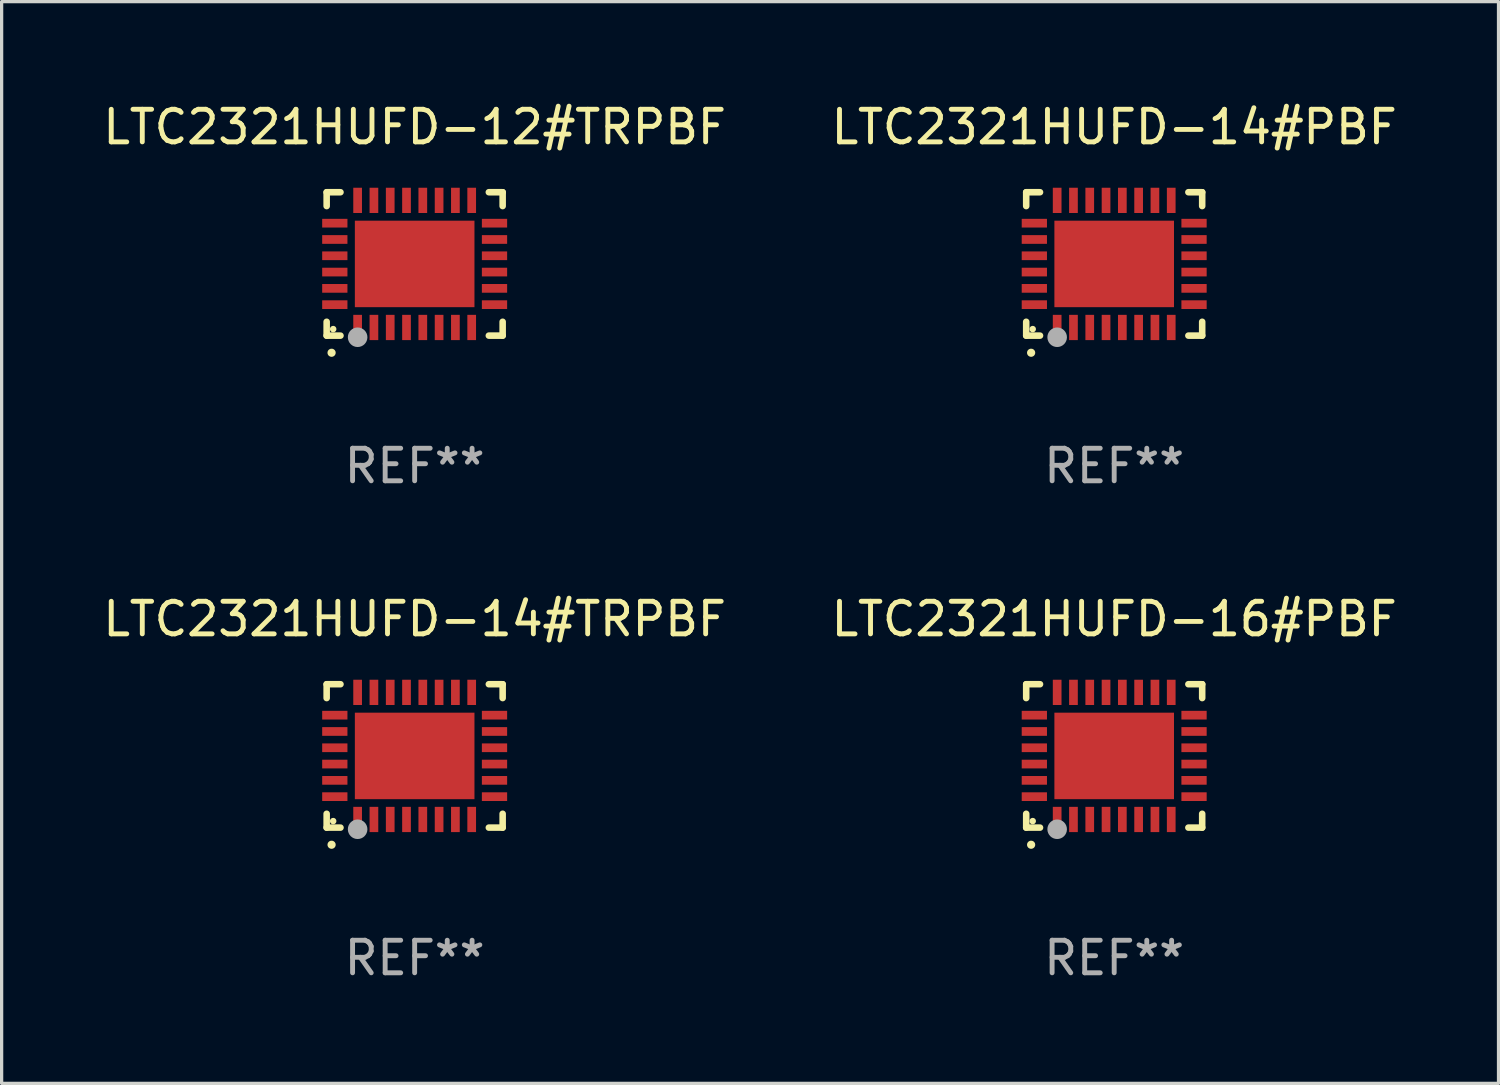
<source format=kicad_pcb>
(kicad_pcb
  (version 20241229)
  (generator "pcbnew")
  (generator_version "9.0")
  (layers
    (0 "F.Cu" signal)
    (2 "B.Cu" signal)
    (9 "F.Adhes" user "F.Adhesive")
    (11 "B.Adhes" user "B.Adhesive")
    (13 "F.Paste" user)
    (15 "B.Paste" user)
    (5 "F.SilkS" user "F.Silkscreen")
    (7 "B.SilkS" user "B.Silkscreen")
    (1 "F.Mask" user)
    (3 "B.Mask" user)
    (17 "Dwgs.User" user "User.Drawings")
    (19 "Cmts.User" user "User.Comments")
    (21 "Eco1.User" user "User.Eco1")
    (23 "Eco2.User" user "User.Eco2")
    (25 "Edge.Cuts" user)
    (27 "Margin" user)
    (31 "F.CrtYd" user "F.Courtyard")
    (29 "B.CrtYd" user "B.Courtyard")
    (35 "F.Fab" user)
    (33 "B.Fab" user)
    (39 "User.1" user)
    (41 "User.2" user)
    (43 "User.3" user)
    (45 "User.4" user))
  (footprint "LTC2321HUFD-14#PBF"
    (layer "F.Cu")
    (at 31.137 5.048)
    (property "Reference" "LTC2321HUFD-14#PBF" (at 0 -4.2 0) (layer "F.SilkS") (effects (font (size 1 1) (thickness 0.15))))
    (attr through_hole)
    (fp_line (start -2.7 -2.2) (end -2.276 -2.2) (stroke (width 0.201) (type solid)) (layer "F.SilkS"))
    (fp_line (start -2.7 -1.775) (end -2.7 -2.2) (stroke (width 0.201) (type solid)) (layer "F.SilkS"))
    (fp_line (start -2.7 2.2) (end -2.7 1.775) (stroke (width 0.201) (type solid)) (layer "F.SilkS"))
    (fp_line (start -2.276 2.2) (end -2.7 2.2) (stroke (width 0.201) (type solid)) (layer "F.SilkS"))
    (fp_line (start 2.276 2.2) (end 2.7 2.2) (stroke (width 0.201) (type solid)) (layer "F.SilkS"))
    (fp_line (start 2.7 -2.2) (end 2.276 -2.2) (stroke (width 0.201) (type solid)) (layer "F.SilkS"))
    (fp_line (start 2.7 -1.775) (end 2.7 -2.2) (stroke (width 0.201) (type solid)) (layer "F.SilkS"))
    (fp_line (start 2.7 2.2) (end 2.7 1.775) (stroke (width 0.201) (type solid)) (layer "F.SilkS"))
    (fp_arc (start -2.550165 2.725425) (mid -2.548895 2.725419) (end -2.547625 2.725425) (stroke (width 0.24892) (type solid)) (layer "F.SilkS"))
    (fp_circle (center -2.5 2) (end -2.45 2) (stroke (width 0.1) (type solid)) (fill no) (layer "F.SilkS"))
    (fp_circle (center -1.75 2.25) (end -1.6 2.25) (stroke (width 0.3) (type solid)) (fill no) (layer "F.Fab"))
    (fp_text user "REF**" (at 0 6.2 0) (layer "F.Fab") (effects (font (size 1 1) (thickness 0.15))))
    (pad "1" smd rect (at -1.75 1.95) (size 0.267 0.775) (layers "F.Cu" "F.Mask" "F.Paste"))
    (pad "2" smd rect (at -1.25 1.95) (size 0.267 0.775) (layers "F.Cu" "F.Mask" "F.Paste"))
    (pad "3" smd rect (at -0.75 1.95) (size 0.267 0.775) (layers "F.Cu" "F.Mask" "F.Paste"))
    (pad "4" smd rect (at -0.25 1.95) (size 0.267 0.775) (layers "F.Cu" "F.Mask" "F.Paste"))
    (pad "5" smd rect (at 0.25 1.95) (size 0.267 0.775) (layers "F.Cu" "F.Mask" "F.Paste"))
    (pad "6" smd rect (at 0.75 1.95) (size 0.267 0.775) (layers "F.Cu" "F.Mask" "F.Paste"))
    (pad "7" smd rect (at 1.25 1.95) (size 0.267 0.775) (layers "F.Cu" "F.Mask" "F.Paste"))
    (pad "8" smd rect (at 1.75 1.95) (size 0.267 0.775) (layers "F.Cu" "F.Mask" "F.Paste"))
    (pad "9" smd rect (at 2.45 1.25) (size 0.775 0.267) (layers "F.Cu" "F.Mask" "F.Paste"))
    (pad "10" smd rect (at 2.45 0.75) (size 0.775 0.267) (layers "F.Cu" "F.Mask" "F.Paste"))
    (pad "11" smd rect (at 2.45 0.25) (size 0.775 0.267) (layers "F.Cu" "F.Mask" "F.Paste"))
    (pad "12" smd rect (at 2.45 -0.25) (size 0.775 0.267) (layers "F.Cu" "F.Mask" "F.Paste"))
    (pad "13" smd rect (at 2.45 -0.75) (size 0.775 0.267) (layers "F.Cu" "F.Mask" "F.Paste"))
    (pad "14" smd rect (at 2.45 -1.25) (size 0.775 0.267) (layers "F.Cu" "F.Mask" "F.Paste"))
    (pad "15" smd rect (at 1.75 -1.95) (size 0.267 0.775) (layers "F.Cu" "F.Mask" "F.Paste"))
    (pad "16" smd rect (at 1.25 -1.95) (size 0.267 0.775) (layers "F.Cu" "F.Mask" "F.Paste"))
    (pad "17" smd rect (at 0.75 -1.95) (size 0.267 0.775) (layers "F.Cu" "F.Mask" "F.Paste"))
    (pad "18" smd rect (at 0.25 -1.95) (size 0.267 0.775) (layers "F.Cu" "F.Mask" "F.Paste"))
    (pad "19" smd rect (at -0.25 -1.95) (size 0.267 0.775) (layers "F.Cu" "F.Mask" "F.Paste"))
    (pad "20" smd rect (at -0.75 -1.95) (size 0.267 0.775) (layers "F.Cu" "F.Mask" "F.Paste"))
    (pad "21" smd rect (at -1.25 -1.95) (size 0.267 0.775) (layers "F.Cu" "F.Mask" "F.Paste"))
    (pad "22" smd rect (at -1.75 -1.95) (size 0.267 0.775) (layers "F.Cu" "F.Mask" "F.Paste"))
    (pad "23" smd rect (at -2.45 -1.25) (size 0.775 0.267) (layers "F.Cu" "F.Mask" "F.Paste"))
    (pad "24" smd rect (at -2.45 -0.75) (size 0.775 0.267) (layers "F.Cu" "F.Mask" "F.Paste"))
    (pad "25" smd rect (at -2.45 -0.25) (size 0.775 0.267) (layers "F.Cu" "F.Mask" "F.Paste"))
    (pad "26" smd rect (at -2.45 0.25) (size 0.775 0.267) (layers "F.Cu" "F.Mask" "F.Paste"))
    (pad "27" smd rect (at -2.45 0.75) (size 0.775 0.267) (layers "F.Cu" "F.Mask" "F.Paste"))
    (pad "28" smd rect (at -2.45 1.25) (size 0.775 0.267) (layers "F.Cu" "F.Mask" "F.Paste"))
    (pad "29" smd rect (at 0.000127 0.000127) (size 3.67 2.654) (layers "F.Cu" "F.Mask" "F.Paste")))
  (footprint "LTC2321HUFD-14#TRPBF"
    (layer "F.Cu")
    (at 9.673 20.144)
    (property "Reference" "LTC2321HUFD-14#TRPBF" (at 0 -4.2 0) (layer "F.SilkS") (effects (font (size 1 1) (thickness 0.15))))
    (attr through_hole)
    (fp_line (start -2.7 -2.2) (end -2.276 -2.2) (stroke (width 0.201) (type solid)) (layer "F.SilkS"))
    (fp_line (start -2.7 -1.775) (end -2.7 -2.2) (stroke (width 0.201) (type solid)) (layer "F.SilkS"))
    (fp_line (start -2.7 2.2) (end -2.7 1.775) (stroke (width 0.201) (type solid)) (layer "F.SilkS"))
    (fp_line (start -2.276 2.2) (end -2.7 2.2) (stroke (width 0.201) (type solid)) (layer "F.SilkS"))
    (fp_line (start 2.276 2.2) (end 2.7 2.2) (stroke (width 0.201) (type solid)) (layer "F.SilkS"))
    (fp_line (start 2.7 -2.2) (end 2.276 -2.2) (stroke (width 0.201) (type solid)) (layer "F.SilkS"))
    (fp_line (start 2.7 -1.775) (end 2.7 -2.2) (stroke (width 0.201) (type solid)) (layer "F.SilkS"))
    (fp_line (start 2.7 2.2) (end 2.7 1.775) (stroke (width 0.201) (type solid)) (layer "F.SilkS"))
    (fp_arc (start -2.550165 2.725425) (mid -2.548895 2.725419) (end -2.547625 2.725425) (stroke (width 0.24892) (type solid)) (layer "F.SilkS"))
    (fp_circle (center -2.5 2) (end -2.45 2) (stroke (width 0.1) (type solid)) (fill no) (layer "F.SilkS"))
    (fp_circle (center -1.75 2.25) (end -1.6 2.25) (stroke (width 0.3) (type solid)) (fill no) (layer "F.Fab"))
    (fp_text user "REF**" (at 0 6.2 0) (layer "F.Fab") (effects (font (size 1 1) (thickness 0.15))))
    (pad "1" smd rect (at -1.75 1.95) (size 0.267 0.775) (layers "F.Cu" "F.Mask" "F.Paste"))
    (pad "2" smd rect (at -1.25 1.95) (size 0.267 0.775) (layers "F.Cu" "F.Mask" "F.Paste"))
    (pad "3" smd rect (at -0.75 1.95) (size 0.267 0.775) (layers "F.Cu" "F.Mask" "F.Paste"))
    (pad "4" smd rect (at -0.25 1.95) (size 0.267 0.775) (layers "F.Cu" "F.Mask" "F.Paste"))
    (pad "5" smd rect (at 0.25 1.95) (size 0.267 0.775) (layers "F.Cu" "F.Mask" "F.Paste"))
    (pad "6" smd rect (at 0.75 1.95) (size 0.267 0.775) (layers "F.Cu" "F.Mask" "F.Paste"))
    (pad "7" smd rect (at 1.25 1.95) (size 0.267 0.775) (layers "F.Cu" "F.Mask" "F.Paste"))
    (pad "8" smd rect (at 1.75 1.95) (size 0.267 0.775) (layers "F.Cu" "F.Mask" "F.Paste"))
    (pad "9" smd rect (at 2.45 1.25) (size 0.775 0.267) (layers "F.Cu" "F.Mask" "F.Paste"))
    (pad "10" smd rect (at 2.45 0.75) (size 0.775 0.267) (layers "F.Cu" "F.Mask" "F.Paste"))
    (pad "11" smd rect (at 2.45 0.25) (size 0.775 0.267) (layers "F.Cu" "F.Mask" "F.Paste"))
    (pad "12" smd rect (at 2.45 -0.25) (size 0.775 0.267) (layers "F.Cu" "F.Mask" "F.Paste"))
    (pad "13" smd rect (at 2.45 -0.75) (size 0.775 0.267) (layers "F.Cu" "F.Mask" "F.Paste"))
    (pad "14" smd rect (at 2.45 -1.25) (size 0.775 0.267) (layers "F.Cu" "F.Mask" "F.Paste"))
    (pad "15" smd rect (at 1.75 -1.95) (size 0.267 0.775) (layers "F.Cu" "F.Mask" "F.Paste"))
    (pad "16" smd rect (at 1.25 -1.95) (size 0.267 0.775) (layers "F.Cu" "F.Mask" "F.Paste"))
    (pad "17" smd rect (at 0.75 -1.95) (size 0.267 0.775) (layers "F.Cu" "F.Mask" "F.Paste"))
    (pad "18" smd rect (at 0.25 -1.95) (size 0.267 0.775) (layers "F.Cu" "F.Mask" "F.Paste"))
    (pad "19" smd rect (at -0.25 -1.95) (size 0.267 0.775) (layers "F.Cu" "F.Mask" "F.Paste"))
    (pad "20" smd rect (at -0.75 -1.95) (size 0.267 0.775) (layers "F.Cu" "F.Mask" "F.Paste"))
    (pad "21" smd rect (at -1.25 -1.95) (size 0.267 0.775) (layers "F.Cu" "F.Mask" "F.Paste"))
    (pad "22" smd rect (at -1.75 -1.95) (size 0.267 0.775) (layers "F.Cu" "F.Mask" "F.Paste"))
    (pad "23" smd rect (at -2.45 -1.25) (size 0.775 0.267) (layers "F.Cu" "F.Mask" "F.Paste"))
    (pad "24" smd rect (at -2.45 -0.75) (size 0.775 0.267) (layers "F.Cu" "F.Mask" "F.Paste"))
    (pad "25" smd rect (at -2.45 -0.25) (size 0.775 0.267) (layers "F.Cu" "F.Mask" "F.Paste"))
    (pad "26" smd rect (at -2.45 0.25) (size 0.775 0.267) (layers "F.Cu" "F.Mask" "F.Paste"))
    (pad "27" smd rect (at -2.45 0.75) (size 0.775 0.267) (layers "F.Cu" "F.Mask" "F.Paste"))
    (pad "28" smd rect (at -2.45 1.25) (size 0.775 0.267) (layers "F.Cu" "F.Mask" "F.Paste"))
    (pad "29" smd rect (at 0.000127 0.000127) (size 3.67 2.654) (layers "F.Cu" "F.Mask" "F.Paste")))
  (footprint "LTC2321HUFD-12#TRPBF"
    (layer "F.Cu")
    (at 9.673 5.048)
    (property "Reference" "LTC2321HUFD-12#TRPBF" (at 0 -4.2 0) (layer "F.SilkS") (effects (font (size 1 1) (thickness 0.15))))
    (attr through_hole)
    (fp_line (start -2.7 -2.2) (end -2.276 -2.2) (stroke (width 0.201) (type solid)) (layer "F.SilkS"))
    (fp_line (start -2.7 -1.775) (end -2.7 -2.2) (stroke (width 0.201) (type solid)) (layer "F.SilkS"))
    (fp_line (start -2.7 2.2) (end -2.7 1.775) (stroke (width 0.201) (type solid)) (layer "F.SilkS"))
    (fp_line (start -2.276 2.2) (end -2.7 2.2) (stroke (width 0.201) (type solid)) (layer "F.SilkS"))
    (fp_line (start 2.276 2.2) (end 2.7 2.2) (stroke (width 0.201) (type solid)) (layer "F.SilkS"))
    (fp_line (start 2.7 -2.2) (end 2.276 -2.2) (stroke (width 0.201) (type solid)) (layer "F.SilkS"))
    (fp_line (start 2.7 -1.775) (end 2.7 -2.2) (stroke (width 0.201) (type solid)) (layer "F.SilkS"))
    (fp_line (start 2.7 2.2) (end 2.7 1.775) (stroke (width 0.201) (type solid)) (layer "F.SilkS"))
    (fp_arc (start -2.550165 2.725425) (mid -2.548895 2.725419) (end -2.547625 2.725425) (stroke (width 0.24892) (type solid)) (layer "F.SilkS"))
    (fp_circle (center -2.5 2) (end -2.45 2) (stroke (width 0.1) (type solid)) (fill no) (layer "F.SilkS"))
    (fp_circle (center -1.75 2.25) (end -1.6 2.25) (stroke (width 0.3) (type solid)) (fill no) (layer "F.Fab"))
    (fp_text user "REF**" (at 0 6.2 0) (layer "F.Fab") (effects (font (size 1 1) (thickness 0.15))))
    (pad "1" smd rect (at -1.75 1.95) (size 0.267 0.775) (layers "F.Cu" "F.Mask" "F.Paste"))
    (pad "2" smd rect (at -1.25 1.95) (size 0.267 0.775) (layers "F.Cu" "F.Mask" "F.Paste"))
    (pad "3" smd rect (at -0.75 1.95) (size 0.267 0.775) (layers "F.Cu" "F.Mask" "F.Paste"))
    (pad "4" smd rect (at -0.25 1.95) (size 0.267 0.775) (layers "F.Cu" "F.Mask" "F.Paste"))
    (pad "5" smd rect (at 0.25 1.95) (size 0.267 0.775) (layers "F.Cu" "F.Mask" "F.Paste"))
    (pad "6" smd rect (at 0.75 1.95) (size 0.267 0.775) (layers "F.Cu" "F.Mask" "F.Paste"))
    (pad "7" smd rect (at 1.25 1.95) (size 0.267 0.775) (layers "F.Cu" "F.Mask" "F.Paste"))
    (pad "8" smd rect (at 1.75 1.95) (size 0.267 0.775) (layers "F.Cu" "F.Mask" "F.Paste"))
    (pad "9" smd rect (at 2.45 1.25) (size 0.775 0.267) (layers "F.Cu" "F.Mask" "F.Paste"))
    (pad "10" smd rect (at 2.45 0.75) (size 0.775 0.267) (layers "F.Cu" "F.Mask" "F.Paste"))
    (pad "11" smd rect (at 2.45 0.25) (size 0.775 0.267) (layers "F.Cu" "F.Mask" "F.Paste"))
    (pad "12" smd rect (at 2.45 -0.25) (size 0.775 0.267) (layers "F.Cu" "F.Mask" "F.Paste"))
    (pad "13" smd rect (at 2.45 -0.75) (size 0.775 0.267) (layers "F.Cu" "F.Mask" "F.Paste"))
    (pad "14" smd rect (at 2.45 -1.25) (size 0.775 0.267) (layers "F.Cu" "F.Mask" "F.Paste"))
    (pad "15" smd rect (at 1.75 -1.95) (size 0.267 0.775) (layers "F.Cu" "F.Mask" "F.Paste"))
    (pad "16" smd rect (at 1.25 -1.95) (size 0.267 0.775) (layers "F.Cu" "F.Mask" "F.Paste"))
    (pad "17" smd rect (at 0.75 -1.95) (size 0.267 0.775) (layers "F.Cu" "F.Mask" "F.Paste"))
    (pad "18" smd rect (at 0.25 -1.95) (size 0.267 0.775) (layers "F.Cu" "F.Mask" "F.Paste"))
    (pad "19" smd rect (at -0.25 -1.95) (size 0.267 0.775) (layers "F.Cu" "F.Mask" "F.Paste"))
    (pad "20" smd rect (at -0.75 -1.95) (size 0.267 0.775) (layers "F.Cu" "F.Mask" "F.Paste"))
    (pad "21" smd rect (at -1.25 -1.95) (size 0.267 0.775) (layers "F.Cu" "F.Mask" "F.Paste"))
    (pad "22" smd rect (at -1.75 -1.95) (size 0.267 0.775) (layers "F.Cu" "F.Mask" "F.Paste"))
    (pad "23" smd rect (at -2.45 -1.25) (size 0.775 0.267) (layers "F.Cu" "F.Mask" "F.Paste"))
    (pad "24" smd rect (at -2.45 -0.75) (size 0.775 0.267) (layers "F.Cu" "F.Mask" "F.Paste"))
    (pad "25" smd rect (at -2.45 -0.25) (size 0.775 0.267) (layers "F.Cu" "F.Mask" "F.Paste"))
    (pad "26" smd rect (at -2.45 0.25) (size 0.775 0.267) (layers "F.Cu" "F.Mask" "F.Paste"))
    (pad "27" smd rect (at -2.45 0.75) (size 0.775 0.267) (layers "F.Cu" "F.Mask" "F.Paste"))
    (pad "28" smd rect (at -2.45 1.25) (size 0.775 0.267) (layers "F.Cu" "F.Mask" "F.Paste"))
    (pad "29" smd rect (at 0.000127 0.000127) (size 3.67 2.654) (layers "F.Cu" "F.Mask" "F.Paste")))
  (footprint "LTC2321HUFD-16#PBF"
    (layer "F.Cu")
    (at 31.137 20.144)
    (property "Reference" "LTC2321HUFD-16#PBF" (at 0 -4.2 0) (layer "F.SilkS") (effects (font (size 1 1) (thickness 0.15))))
    (attr through_hole)
    (fp_line (start -2.7 -2.2) (end -2.276 -2.2) (stroke (width 0.201) (type solid)) (layer "F.SilkS"))
    (fp_line (start -2.7 -1.775) (end -2.7 -2.2) (stroke (width 0.201) (type solid)) (layer "F.SilkS"))
    (fp_line (start -2.7 2.2) (end -2.7 1.775) (stroke (width 0.201) (type solid)) (layer "F.SilkS"))
    (fp_line (start -2.276 2.2) (end -2.7 2.2) (stroke (width 0.201) (type solid)) (layer "F.SilkS"))
    (fp_line (start 2.276 2.2) (end 2.7 2.2) (stroke (width 0.201) (type solid)) (layer "F.SilkS"))
    (fp_line (start 2.7 -2.2) (end 2.276 -2.2) (stroke (width 0.201) (type solid)) (layer "F.SilkS"))
    (fp_line (start 2.7 -1.775) (end 2.7 -2.2) (stroke (width 0.201) (type solid)) (layer "F.SilkS"))
    (fp_line (start 2.7 2.2) (end 2.7 1.775) (stroke (width 0.201) (type solid)) (layer "F.SilkS"))
    (fp_arc (start -2.550165 2.725425) (mid -2.548895 2.725419) (end -2.547625 2.725425) (stroke (width 0.24892) (type solid)) (layer "F.SilkS"))
    (fp_circle (center -2.5 2) (end -2.45 2) (stroke (width 0.1) (type solid)) (fill no) (layer "F.SilkS"))
    (fp_circle (center -1.75 2.25) (end -1.6 2.25) (stroke (width 0.3) (type solid)) (fill no) (layer "F.Fab"))
    (fp_text user "REF**" (at 0 6.2 0) (layer "F.Fab") (effects (font (size 1 1) (thickness 0.15))))
    (pad "1" smd rect (at -1.75 1.95) (size 0.267 0.775) (layers "F.Cu" "F.Mask" "F.Paste"))
    (pad "2" smd rect (at -1.25 1.95) (size 0.267 0.775) (layers "F.Cu" "F.Mask" "F.Paste"))
    (pad "3" smd rect (at -0.75 1.95) (size 0.267 0.775) (layers "F.Cu" "F.Mask" "F.Paste"))
    (pad "4" smd rect (at -0.25 1.95) (size 0.267 0.775) (layers "F.Cu" "F.Mask" "F.Paste"))
    (pad "5" smd rect (at 0.25 1.95) (size 0.267 0.775) (layers "F.Cu" "F.Mask" "F.Paste"))
    (pad "6" smd rect (at 0.75 1.95) (size 0.267 0.775) (layers "F.Cu" "F.Mask" "F.Paste"))
    (pad "7" smd rect (at 1.25 1.95) (size 0.267 0.775) (layers "F.Cu" "F.Mask" "F.Paste"))
    (pad "8" smd rect (at 1.75 1.95) (size 0.267 0.775) (layers "F.Cu" "F.Mask" "F.Paste"))
    (pad "9" smd rect (at 2.45 1.25) (size 0.775 0.267) (layers "F.Cu" "F.Mask" "F.Paste"))
    (pad "10" smd rect (at 2.45 0.75) (size 0.775 0.267) (layers "F.Cu" "F.Mask" "F.Paste"))
    (pad "11" smd rect (at 2.45 0.25) (size 0.775 0.267) (layers "F.Cu" "F.Mask" "F.Paste"))
    (pad "12" smd rect (at 2.45 -0.25) (size 0.775 0.267) (layers "F.Cu" "F.Mask" "F.Paste"))
    (pad "13" smd rect (at 2.45 -0.75) (size 0.775 0.267) (layers "F.Cu" "F.Mask" "F.Paste"))
    (pad "14" smd rect (at 2.45 -1.25) (size 0.775 0.267) (layers "F.Cu" "F.Mask" "F.Paste"))
    (pad "15" smd rect (at 1.75 -1.95) (size 0.267 0.775) (layers "F.Cu" "F.Mask" "F.Paste"))
    (pad "16" smd rect (at 1.25 -1.95) (size 0.267 0.775) (layers "F.Cu" "F.Mask" "F.Paste"))
    (pad "17" smd rect (at 0.75 -1.95) (size 0.267 0.775) (layers "F.Cu" "F.Mask" "F.Paste"))
    (pad "18" smd rect (at 0.25 -1.95) (size 0.267 0.775) (layers "F.Cu" "F.Mask" "F.Paste"))
    (pad "19" smd rect (at -0.25 -1.95) (size 0.267 0.775) (layers "F.Cu" "F.Mask" "F.Paste"))
    (pad "20" smd rect (at -0.75 -1.95) (size 0.267 0.775) (layers "F.Cu" "F.Mask" "F.Paste"))
    (pad "21" smd rect (at -1.25 -1.95) (size 0.267 0.775) (layers "F.Cu" "F.Mask" "F.Paste"))
    (pad "22" smd rect (at -1.75 -1.95) (size 0.267 0.775) (layers "F.Cu" "F.Mask" "F.Paste"))
    (pad "23" smd rect (at -2.45 -1.25) (size 0.775 0.267) (layers "F.Cu" "F.Mask" "F.Paste"))
    (pad "24" smd rect (at -2.45 -0.75) (size 0.775 0.267) (layers "F.Cu" "F.Mask" "F.Paste"))
    (pad "25" smd rect (at -2.45 -0.25) (size 0.775 0.267) (layers "F.Cu" "F.Mask" "F.Paste"))
    (pad "26" smd rect (at -2.45 0.25) (size 0.775 0.267) (layers "F.Cu" "F.Mask" "F.Paste"))
    (pad "27" smd rect (at -2.45 0.75) (size 0.775 0.267) (layers "F.Cu" "F.Mask" "F.Paste"))
    (pad "28" smd rect (at -2.45 1.25) (size 0.775 0.267) (layers "F.Cu" "F.Mask" "F.Paste"))
    (pad "29" smd rect (at 0.000127 0.000127) (size 3.67 2.654) (layers "F.Cu" "F.Mask" "F.Paste")))
  (gr_rect
    (start -3 -3)
    (end 42.929 30.192)
    (stroke (width 0.1) (type default))
    (fill no)
    (layer "Edge.Cuts")))
</source>
